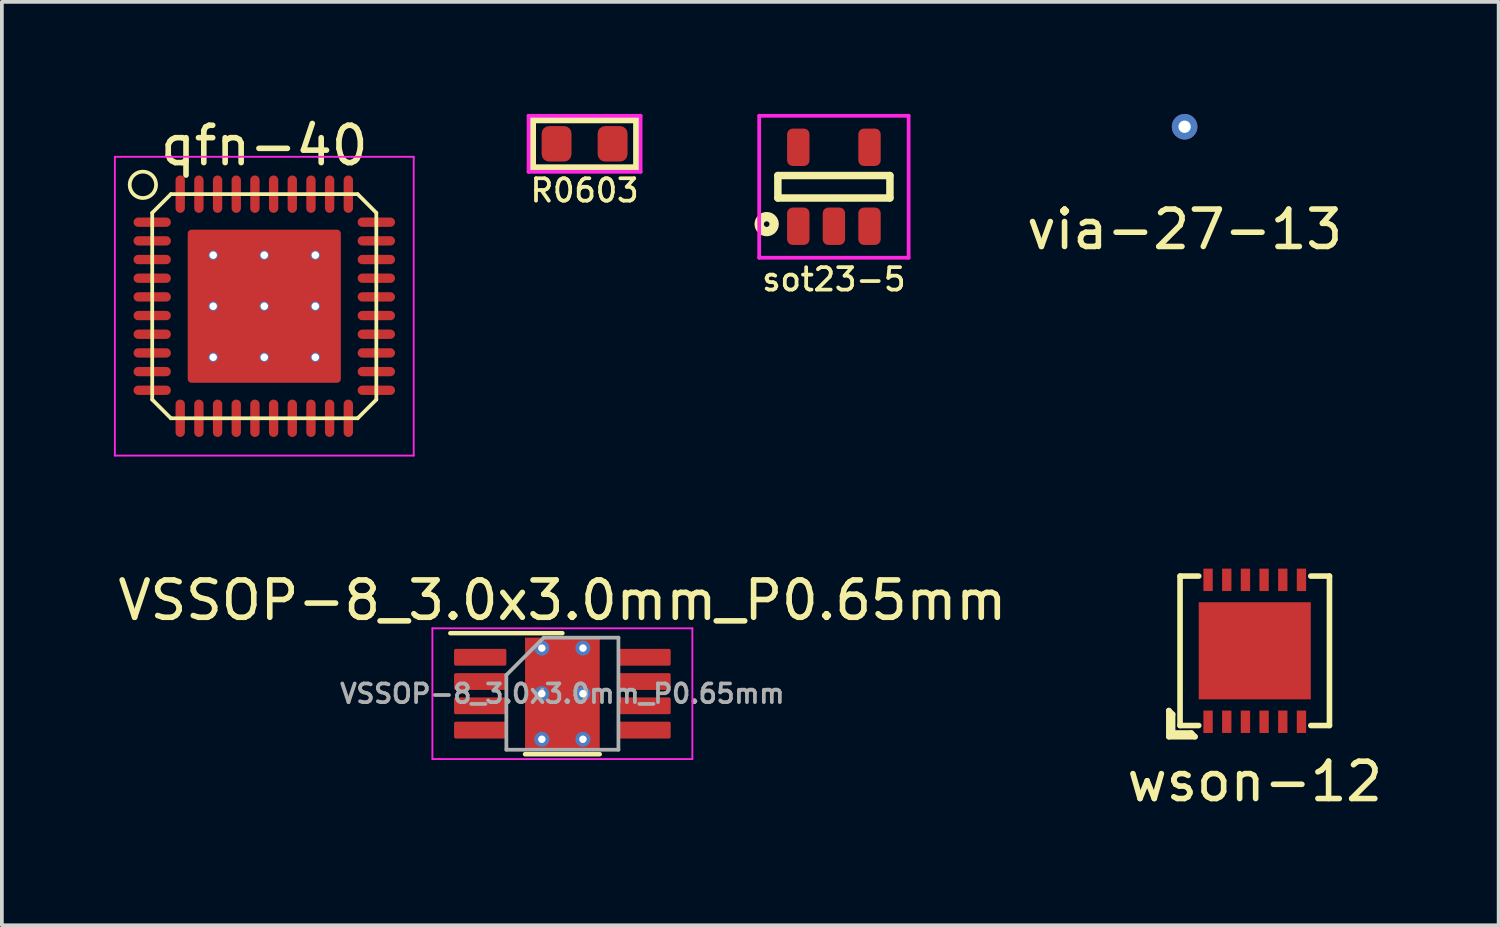
<source format=kicad_pcb>
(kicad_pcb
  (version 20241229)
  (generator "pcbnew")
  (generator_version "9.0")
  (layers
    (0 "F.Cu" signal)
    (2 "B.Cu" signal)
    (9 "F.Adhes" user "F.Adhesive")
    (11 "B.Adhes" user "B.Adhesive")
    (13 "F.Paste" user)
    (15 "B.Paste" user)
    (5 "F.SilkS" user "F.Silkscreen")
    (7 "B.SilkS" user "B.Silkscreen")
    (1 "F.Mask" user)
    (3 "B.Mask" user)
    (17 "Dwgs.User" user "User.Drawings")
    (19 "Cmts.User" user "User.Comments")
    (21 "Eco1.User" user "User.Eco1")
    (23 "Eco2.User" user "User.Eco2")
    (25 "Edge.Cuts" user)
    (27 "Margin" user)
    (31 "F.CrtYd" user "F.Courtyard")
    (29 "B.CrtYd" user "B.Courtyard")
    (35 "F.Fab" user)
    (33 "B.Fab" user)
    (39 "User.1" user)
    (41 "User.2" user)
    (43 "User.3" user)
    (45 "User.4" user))
  (footprint "via-27-13"
    (layer "F.Cu")
    (at 28.664 0.343)
    (property "Reference" "via-27-13" (at 0 2.75 0) (layer "F.SilkS") (effects (font (size 1 1) (thickness 0.15))))
    (attr through_hole)
    (pad "" thru_hole circle (at 0 0) (size 0.686 0.686) (drill 0.33) (layers "*.Cu")))
  (footprint "R0603"
    (layer "F.Cu")
    (at 12.6 0.8)
    (property "Reference" "R0603" (at 0 1.25 180) (layer "F.SilkS") (effects (font (size 0.6 0.6) (thickness 0.1))))
    (attr through_hole)
    (fp_line (start -1.4 -0.65) (end 1.4 -0.65) (stroke (width 0.2) (type solid)) (layer "F.SilkS"))
    (fp_line (start -1.4 0.65) (end -1.4 -0.65) (stroke (width 0.2) (type solid)) (layer "F.SilkS"))
    (fp_line (start 1.4 -0.65) (end 1.4 0.65) (stroke (width 0.2) (type solid)) (layer "F.SilkS"))
    (fp_line (start 1.4 0.65) (end -1.4 0.65) (stroke (width 0.2) (type solid)) (layer "F.SilkS"))
    (fp_line (start -1.5 -0.75) (end 1.5 -0.75) (stroke (width 0.1) (type solid)) (layer "F.CrtYd"))
    (fp_line (start -1.5 0.75) (end -1.5 -0.75) (stroke (width 0.1) (type solid)) (layer "F.CrtYd"))
    (fp_line (start 1.5 -0.75) (end 1.5 0.75) (stroke (width 0.1) (type solid)) (layer "F.CrtYd"))
    (fp_line (start 1.5 0.75) (end -1.5 0.75) (stroke (width 0.1) (type solid)) (layer "F.CrtYd"))
    (pad "1" smd roundrect (at -0.75 0) (size 0.8 0.95) (layers "F.Cu" "F.Mask" "F.Paste") (roundrect_rratio 0.25))
    (pad "2" smd roundrect (at 0.75 0) (size 0.8 0.95) (layers "F.Cu" "F.Mask" "F.Paste") (roundrect_rratio 0.25)))
  (footprint "qfn-40"
    (layer "F.Cu")
    (at 4.025 5.148)
    (property "Reference" "qfn-40" (at 0 -4.3 0) (layer "F.SilkS") (effects (font (size 1 1) (thickness 0.15))))
    (attr smd)
    (fp_line (start -3 2.5) (end -3 -2.5) (stroke (width 0.1) (type solid)) (layer "F.SilkS"))
    (fp_line (start -2.5 -3) (end -3 -2.5) (stroke (width 0.1) (type solid)) (layer "F.SilkS"))
    (fp_line (start -2.5 -3) (end 2.5 -3) (stroke (width 0.1) (type solid)) (layer "F.SilkS"))
    (fp_line (start -2.5 3) (end -3 2.5) (stroke (width 0.1) (type solid)) (layer "F.SilkS"))
    (fp_line (start 2.5 -3) (end 3 -2.5) (stroke (width 0.1) (type solid)) (layer "F.SilkS"))
    (fp_line (start 2.5 3) (end -2.5 3) (stroke (width 0.1) (type solid)) (layer "F.SilkS"))
    (fp_line (start 2.5 3) (end 3 2.5) (stroke (width 0.1) (type solid)) (layer "F.SilkS"))
    (fp_line (start 3 -2.5) (end 3 2.5) (stroke (width 0.1) (type solid)) (layer "F.SilkS"))
    (fp_circle (center -3.25 -3.25) (end -3 -3) (stroke (width 0.1) (type solid)) (fill no) (layer "F.SilkS"))
    (fp_line (start -4 -4) (end 4 -4) (stroke (width 0.05) (type solid)) (layer "F.CrtYd"))
    (fp_line (start -4 4) (end -4 -4) (stroke (width 0.05) (type solid)) (layer "F.CrtYd"))
    (fp_line (start 4 -4) (end 4 4) (stroke (width 0.05) (type solid)) (layer "F.CrtYd"))
    (fp_line (start 4 4) (end -4 4) (stroke (width 0.05) (type solid)) (layer "F.CrtYd"))
    (pad "1" smd oval (at -3 -2.25 90) (size 0.25 1) (layers "F.Cu" "F.Mask" "F.Paste"))
    (pad "2" smd oval (at -3 -1.75 90) (size 0.25 1) (layers "F.Cu" "F.Mask" "F.Paste"))
    (pad "3" smd oval (at -3 -1.25 90) (size 0.25 1) (layers "F.Cu" "F.Mask" "F.Paste"))
    (pad "4" smd oval (at -3 -0.75 90) (size 0.25 1) (layers "F.Cu" "F.Mask" "F.Paste"))
    (pad "5" smd oval (at -3 -0.25 90) (size 0.25 1) (layers "F.Cu" "F.Mask" "F.Paste"))
    (pad "6" smd oval (at -3 0.25 90) (size 0.25 1) (layers "F.Cu" "F.Mask" "F.Paste"))
    (pad "7" smd oval (at -3 0.75 90) (size 0.25 1) (layers "F.Cu" "F.Mask" "F.Paste"))
    (pad "8" smd oval (at -3 1.25 90) (size 0.25 1) (layers "F.Cu" "F.Mask" "F.Paste"))
    (pad "9" smd oval (at -3 1.75 90) (size 0.25 1) (layers "F.Cu" "F.Mask" "F.Paste"))
    (pad "10" smd oval (at -3 2.25 90) (size 0.25 1) (layers "F.Cu" "F.Mask" "F.Paste"))
    (pad "11" smd oval (at -2.25 3) (size 0.25 1) (layers "F.Cu" "F.Mask" "F.Paste"))
    (pad "12" smd oval (at -1.75 3) (size 0.25 1) (layers "F.Cu" "F.Mask" "F.Paste"))
    (pad "13" smd oval (at -1.25 3) (size 0.25 1) (layers "F.Cu" "F.Mask" "F.Paste"))
    (pad "14" smd oval (at -0.75 3) (size 0.25 1) (layers "F.Cu" "F.Mask" "F.Paste"))
    (pad "15" smd oval (at -0.25 3) (size 0.25 1) (layers "F.Cu" "F.Mask" "F.Paste"))
    (pad "16" smd oval (at 0.25 3) (size 0.25 1) (layers "F.Cu" "F.Mask" "F.Paste"))
    (pad "17" smd oval (at 0.75 3) (size 0.25 1) (layers "F.Cu" "F.Mask" "F.Paste"))
    (pad "18" smd oval (at 1.25 3) (size 0.25 1) (layers "F.Cu" "F.Mask" "F.Paste"))
    (pad "19" smd oval (at 1.75 3) (size 0.25 1) (layers "F.Cu" "F.Mask" "F.Paste"))
    (pad "20" smd oval (at 2.25 3) (size 0.25 1) (layers "F.Cu" "F.Mask" "F.Paste"))
    (pad "21" smd oval (at 3 2.25 270) (size 0.25 1) (layers "F.Cu" "F.Mask" "F.Paste"))
    (pad "22" smd oval (at 3 1.75 270) (size 0.25 1) (layers "F.Cu" "F.Mask" "F.Paste"))
    (pad "23" smd oval (at 3 1.25 270) (size 0.25 1) (layers "F.Cu" "F.Mask" "F.Paste"))
    (pad "24" smd oval (at 3 0.75 270) (size 0.25 1) (layers "F.Cu" "F.Mask" "F.Paste"))
    (pad "25" smd oval (at 3 0.25 270) (size 0.25 1) (layers "F.Cu" "F.Mask" "F.Paste"))
    (pad "26" smd oval (at 3 -0.25 270) (size 0.25 1) (layers "F.Cu" "F.Mask" "F.Paste"))
    (pad "27" smd oval (at 3 -0.75 270) (size 0.25 1) (layers "F.Cu" "F.Mask" "F.Paste"))
    (pad "28" smd oval (at 3 -1.25 270) (size 0.25 1) (layers "F.Cu" "F.Mask" "F.Paste"))
    (pad "29" smd oval (at 3 -1.75 270) (size 0.25 1) (layers "F.Cu" "F.Mask" "F.Paste"))
    (pad "30" smd oval (at 3 -2.25 270) (size 0.25 1) (layers "F.Cu" "F.Mask" "F.Paste"))
    (pad "31" smd oval (at 2.25 -3) (size 0.25 1) (layers "F.Cu" "F.Mask" "F.Paste"))
    (pad "32" smd oval (at 1.75 -3) (size 0.25 1) (layers "F.Cu" "F.Mask" "F.Paste"))
    (pad "33" smd oval (at 1.25 -3) (size 0.25 1) (layers "F.Cu" "F.Mask" "F.Paste"))
    (pad "34" smd oval (at 0.75 -3) (size 0.25 1) (layers "F.Cu" "F.Mask" "F.Paste"))
    (pad "35" smd oval (at 0.25 -3) (size 0.25 1) (layers "F.Cu" "F.Mask" "F.Paste"))
    (pad "36" smd oval (at -0.25 -3) (size 0.25 1) (layers "F.Cu" "F.Mask" "F.Paste"))
    (pad "37" smd oval (at -0.75 -3) (size 0.25 1) (layers "F.Cu" "F.Mask" "F.Paste"))
    (pad "38" smd oval (at -1.25 -3) (size 0.25 1) (layers "F.Cu" "F.Mask" "F.Paste"))
    (pad "39" smd oval (at -1.75 -3) (size 0.25 1) (layers "F.Cu" "F.Mask" "F.Paste"))
    (pad "40" smd oval (at -2.25 -3) (size 0.25 1) (layers "F.Cu" "F.Mask" "F.Paste"))
    (pad "41" thru_hole circle (at -1.367 -1.367) (size 0.25 0.25) (drill 0.2) (layers "*.Cu"))
    (pad "41" thru_hole circle (at -1.367 0) (size 0.25 0.25) (drill 0.2) (layers "*.Cu"))
    (pad "41" thru_hole circle (at -1.367 1.367) (size 0.25 0.25) (drill 0.2) (layers "*.Cu"))
    (pad "41" thru_hole circle (at 0 -1.367) (size 0.25 0.25) (drill 0.2) (layers "*.Cu"))
    (pad "41" thru_hole circle (at 0 0) (size 0.25 0.25) (drill 0.2) (layers "*.Cu"))
    (pad "41" smd roundrect (at 0 0 90) (size 4.1 4.1) (layers "F.Cu" "F.Mask" "F.Paste") (roundrect_rratio 0.025))
    (pad "41" thru_hole circle (at 0 1.367) (size 0.25 0.25) (drill 0.2) (layers "*.Cu"))
    (pad "41" thru_hole circle (at 1.367 -1.367) (size 0.25 0.25) (drill 0.2) (layers "*.Cu"))
    (pad "41" thru_hole circle (at 1.367 0) (size 0.25 0.25) (drill 0.2) (layers "*.Cu"))
    (pad "41" thru_hole circle (at 1.367 1.367) (size 0.25 0.25) (drill 0.2) (layers "*.Cu")))
  (footprint "VSSOP-8_3.0x3.0mm_P0.65mm"
    (layer "F.Cu")
    (at 12.006 15.521)
    (property "Reference" "VSSOP-8_3.0x3.0mm_P0.65mm" (at 0 -2.5 0) (layer "F.SilkS") (effects (font (size 1 1) (thickness 0.15))))
    (attr smd)
    (fp_line (start 0 -1.62) (end -3 -1.62) (stroke (width 0.12) (type solid)) (layer "F.SilkS"))
    (fp_line (start 1 1.62) (end -1 1.62) (stroke (width 0.12) (type solid)) (layer "F.SilkS"))
    (fp_line (start -3.48 -1.75) (end 3.48 -1.75) (stroke (width 0.05) (type solid)) (layer "F.CrtYd"))
    (fp_line (start -3.48 1.75) (end -3.48 -1.75) (stroke (width 0.05) (type solid)) (layer "F.CrtYd"))
    (fp_line (start 3.48 -1.75) (end 3.48 1.75) (stroke (width 0.05) (type solid)) (layer "F.CrtYd"))
    (fp_line (start 3.48 1.75) (end -3.48 1.75) (stroke (width 0.05) (type solid)) (layer "F.CrtYd"))
    (fp_line (start -1.5 1.5) (end -1.5 -0.5) (stroke (width 0.1) (type solid)) (layer "F.Fab"))
    (fp_line (start -0.5 -1.5) (end -1.5 -0.5) (stroke (width 0.1) (type solid)) (layer "F.Fab"))
    (fp_line (start -0.5 -1.5) (end 1.5 -1.5) (stroke (width 0.1) (type solid)) (layer "F.Fab"))
    (fp_line (start 1.5 -1.5) (end 1.5 1.5) (stroke (width 0.1) (type solid)) (layer "F.Fab"))
    (fp_line (start 1.5 1.5) (end -1.5 1.5) (stroke (width 0.1) (type solid)) (layer "F.Fab"))
    (fp_text user "${REFERENCE}" (at 0 0 0) (layer "F.Fab") (effects (font (size 0.5 0.5) (thickness 0.1))))
    (pad "1" smd roundrect (at -2.2 -0.975 270) (size 0.45 1.4) (layers "F.Cu" "F.Mask" "F.Paste") (roundrect_rratio 0.1))
    (pad "2" smd roundrect (at -2.2 -0.325 270) (size 0.45 1.4) (layers "F.Cu" "F.Mask" "F.Paste") (roundrect_rratio 0.1))
    (pad "3" smd roundrect (at -2.2 0.325 270) (size 0.45 1.4) (layers "F.Cu" "F.Mask" "F.Paste") (roundrect_rratio 0.1))
    (pad "4" smd roundrect (at -2.2 0.975 270) (size 0.45 1.4) (layers "F.Cu" "F.Mask" "F.Paste") (roundrect_rratio 0.1))
    (pad "5" smd roundrect (at 2.2 0.975 270) (size 0.45 1.4) (layers "F.Cu" "F.Mask" "F.Paste") (roundrect_rratio 0.1))
    (pad "6" smd roundrect (at 2.2 0.325 270) (size 0.45 1.4) (layers "F.Cu" "F.Mask" "F.Paste") (roundrect_rratio 0.1))
    (pad "7" smd roundrect (at 2.2 -0.325 270) (size 0.45 1.4) (layers "F.Cu" "F.Mask" "F.Paste") (roundrect_rratio 0.1))
    (pad "8" smd roundrect (at 2.2 -0.975 270) (size 0.45 1.4) (layers "F.Cu" "F.Mask" "F.Paste") (roundrect_rratio 0.1))
    (pad "9" thru_hole circle (at -0.55 -1.22 270) (size 0.4 0.4) (drill 0.2) (layers "*.Cu"))
    (pad "9" thru_hole circle (at -0.55 0 270) (size 0.4 0.4) (drill 0.2) (layers "*.Cu" "*.Mask"))
    (pad "9" thru_hole circle (at -0.55 1.22 270) (size 0.4 0.4) (drill 0.2) (layers "*.Cu"))
    (pad "9" smd roundrect (at 0 0 270) (size 1.89 1.57) (layers "F.Cu" "F.Mask" "F.Paste") (roundrect_rratio 0.035))
    (pad "9" connect rect (at 0 0 270) (size 3 2) (layers "F.Cu"))
    (pad "9" thru_hole circle (at 0.55 -1.22 270) (size 0.4 0.4) (drill 0.2) (layers "*.Cu"))
    (pad "9" thru_hole circle (at 0.55 0 270) (size 0.4 0.4) (drill 0.2) (layers "*.Cu" "*.Mask"))
    (pad "9" thru_hole circle (at 0.55 1.22 270) (size 0.4 0.4) (drill 0.2) (layers "*.Cu")))
  (footprint "sot23-5"
    (layer "F.Cu")
    (at 19.275 1.95)
    (property "Reference" "sot23-5" (at 0 2.48 0) (layer "F.SilkS") (effects (font (size 0.6 0.6) (thickness 0.1))))
    (attr through_hole)
    (fp_line (start -1.5 -0.3) (end 1.497 -0.3) (stroke (width 0.2) (type solid)) (layer "F.SilkS"))
    (fp_line (start -1.5 0.3) (end -1.5 -0.3) (stroke (width 0.2) (type solid)) (layer "F.SilkS"))
    (fp_line (start 1.497 0.3) (end -1.5 0.3) (stroke (width 0.2) (type solid)) (layer "F.SilkS"))
    (fp_line (start 1.5 -0.3) (end 1.5 0.3) (stroke (width 0.2) (type solid)) (layer "F.SilkS"))
    (fp_circle (center -1.8 1) (end -1.6 1) (stroke (width 0.25) (type solid)) (fill no) (layer "F.SilkS"))
    (fp_line (start -2 -1.9) (end -2 1.9) (stroke (width 0.1) (type solid)) (layer "F.CrtYd"))
    (fp_line (start -2 1.9) (end 2 1.9) (stroke (width 0.1) (type solid)) (layer "F.CrtYd"))
    (fp_line (start 2 -1.9) (end -2 -1.9) (stroke (width 0.1) (type solid)) (layer "F.CrtYd"))
    (fp_line (start 2 1.9) (end 2 -1.9) (stroke (width 0.1) (type solid)) (layer "F.CrtYd"))
    (pad "1" smd roundrect (at -0.953 1.057) (size 0.599 1.001) (layers "F.Cu" "F.Mask" "F.Paste") (roundrect_rratio 0.25))
    (pad "2" smd roundrect (at 0 1.057) (size 0.599 1.001) (layers "F.Cu" "F.Mask" "F.Paste") (roundrect_rratio 0.25))
    (pad "3" smd roundrect (at 0.953 1.057) (size 0.599 1.001) (layers "F.Cu" "F.Mask" "F.Paste") (roundrect_rratio 0.25))
    (pad "4" smd roundrect (at 0.953 -1.057) (size 0.599 1.001) (layers "F.Cu" "F.Mask" "F.Paste") (roundrect_rratio 0.25))
    (pad "5" smd roundrect (at -0.953 -1.057) (size 0.599 1.001) (layers "F.Cu" "F.Mask" "F.Paste") (roundrect_rratio 0.25)))
  (footprint "wson-12"
    (layer "F.Cu")
    (at 30.542 14.373)
    (property "Reference" "wson-12" (at 0 3.5 0) (layer "F.SilkS") (effects (font (size 1 1) (thickness 0.15))))
    (attr through_hole)
    (fp_line (start -2.3 2.3) (end -2.3 1.6) (stroke (width 0.15) (type solid)) (layer "F.SilkS"))
    (fp_line (start -2.2 1.7) (end -2.3 1.6) (stroke (width 0.15) (type solid)) (layer "F.SilkS"))
    (fp_line (start -2.2 1.7) (end -2.2 2.2) (stroke (width 0.15) (type solid)) (layer "F.SilkS"))
    (fp_line (start -2.2 2.2) (end -1.7 2.2) (stroke (width 0.15) (type solid)) (layer "F.SilkS"))
    (fp_line (start -2 -2) (end -2 2) (stroke (width 0.15) (type solid)) (layer "F.SilkS"))
    (fp_line (start -2 -2) (end -1.5 -2) (stroke (width 0.15) (type solid)) (layer "F.SilkS"))
    (fp_line (start -2 2) (end -1.5 2) (stroke (width 0.15) (type solid)) (layer "F.SilkS"))
    (fp_line (start -1.7 2.2) (end -1.6 2.3) (stroke (width 0.15) (type solid)) (layer "F.SilkS"))
    (fp_line (start -1.6 2.3) (end -2.3 2.3) (stroke (width 0.15) (type solid)) (layer "F.SilkS"))
    (fp_line (start 1.5 -2) (end 2 -2) (stroke (width 0.15) (type solid)) (layer "F.SilkS"))
    (fp_line (start 2 2) (end 1.5 2) (stroke (width 0.15) (type solid)) (layer "F.SilkS"))
    (fp_line (start 2 2) (end 2 -2) (stroke (width 0.15) (type solid)) (layer "F.SilkS"))
    (pad "1" smd rect (at -1.25 1.9) (size 0.25 0.6) (layers "F.Cu" "F.Mask" "F.Paste"))
    (pad "2" smd rect (at -0.75 1.9) (size 0.25 0.6) (layers "F.Cu" "F.Mask" "F.Paste"))
    (pad "3" smd rect (at -0.25 1.9) (size 0.25 0.6) (layers "F.Cu" "F.Mask" "F.Paste"))
    (pad "4" smd rect (at 0.25 1.9) (size 0.25 0.6) (layers "F.Cu" "F.Mask" "F.Paste"))
    (pad "5" smd rect (at 0.75 1.9) (size 0.25 0.6) (layers "F.Cu" "F.Mask" "F.Paste"))
    (pad "6" smd rect (at 1.25 1.9) (size 0.25 0.6) (layers "F.Cu" "F.Mask" "F.Paste"))
    (pad "7" smd rect (at 1.25 -1.9) (size 0.25 0.6) (layers "F.Cu" "F.Mask" "F.Paste"))
    (pad "8" smd rect (at 0.75 -1.9) (size 0.25 0.6) (layers "F.Cu" "F.Mask" "F.Paste"))
    (pad "9" smd rect (at 0.25 -1.9) (size 0.25 0.6) (layers "F.Cu" "F.Mask" "F.Paste"))
    (pad "10" smd rect (at -0.25 -1.9) (size 0.25 0.6) (layers "F.Cu" "F.Mask" "F.Paste"))
    (pad "11" smd rect (at -0.75 -1.9) (size 0.25 0.6) (layers "F.Cu" "F.Mask" "F.Paste"))
    (pad "12" smd rect (at -1.25 -1.9) (size 0.25 0.6) (layers "F.Cu" "F.Mask" "F.Paste"))
    (pad "13" smd rect (at 0 0) (size 3 2.6) (layers "F.Cu" "F.Mask" "F.Paste")))
  (gr_rect
    (start -3 -3)
    (end 37.071 21.721)
    (stroke (width 0.1) (type default))
    (fill no)
    (layer "Edge.Cuts")))
</source>
